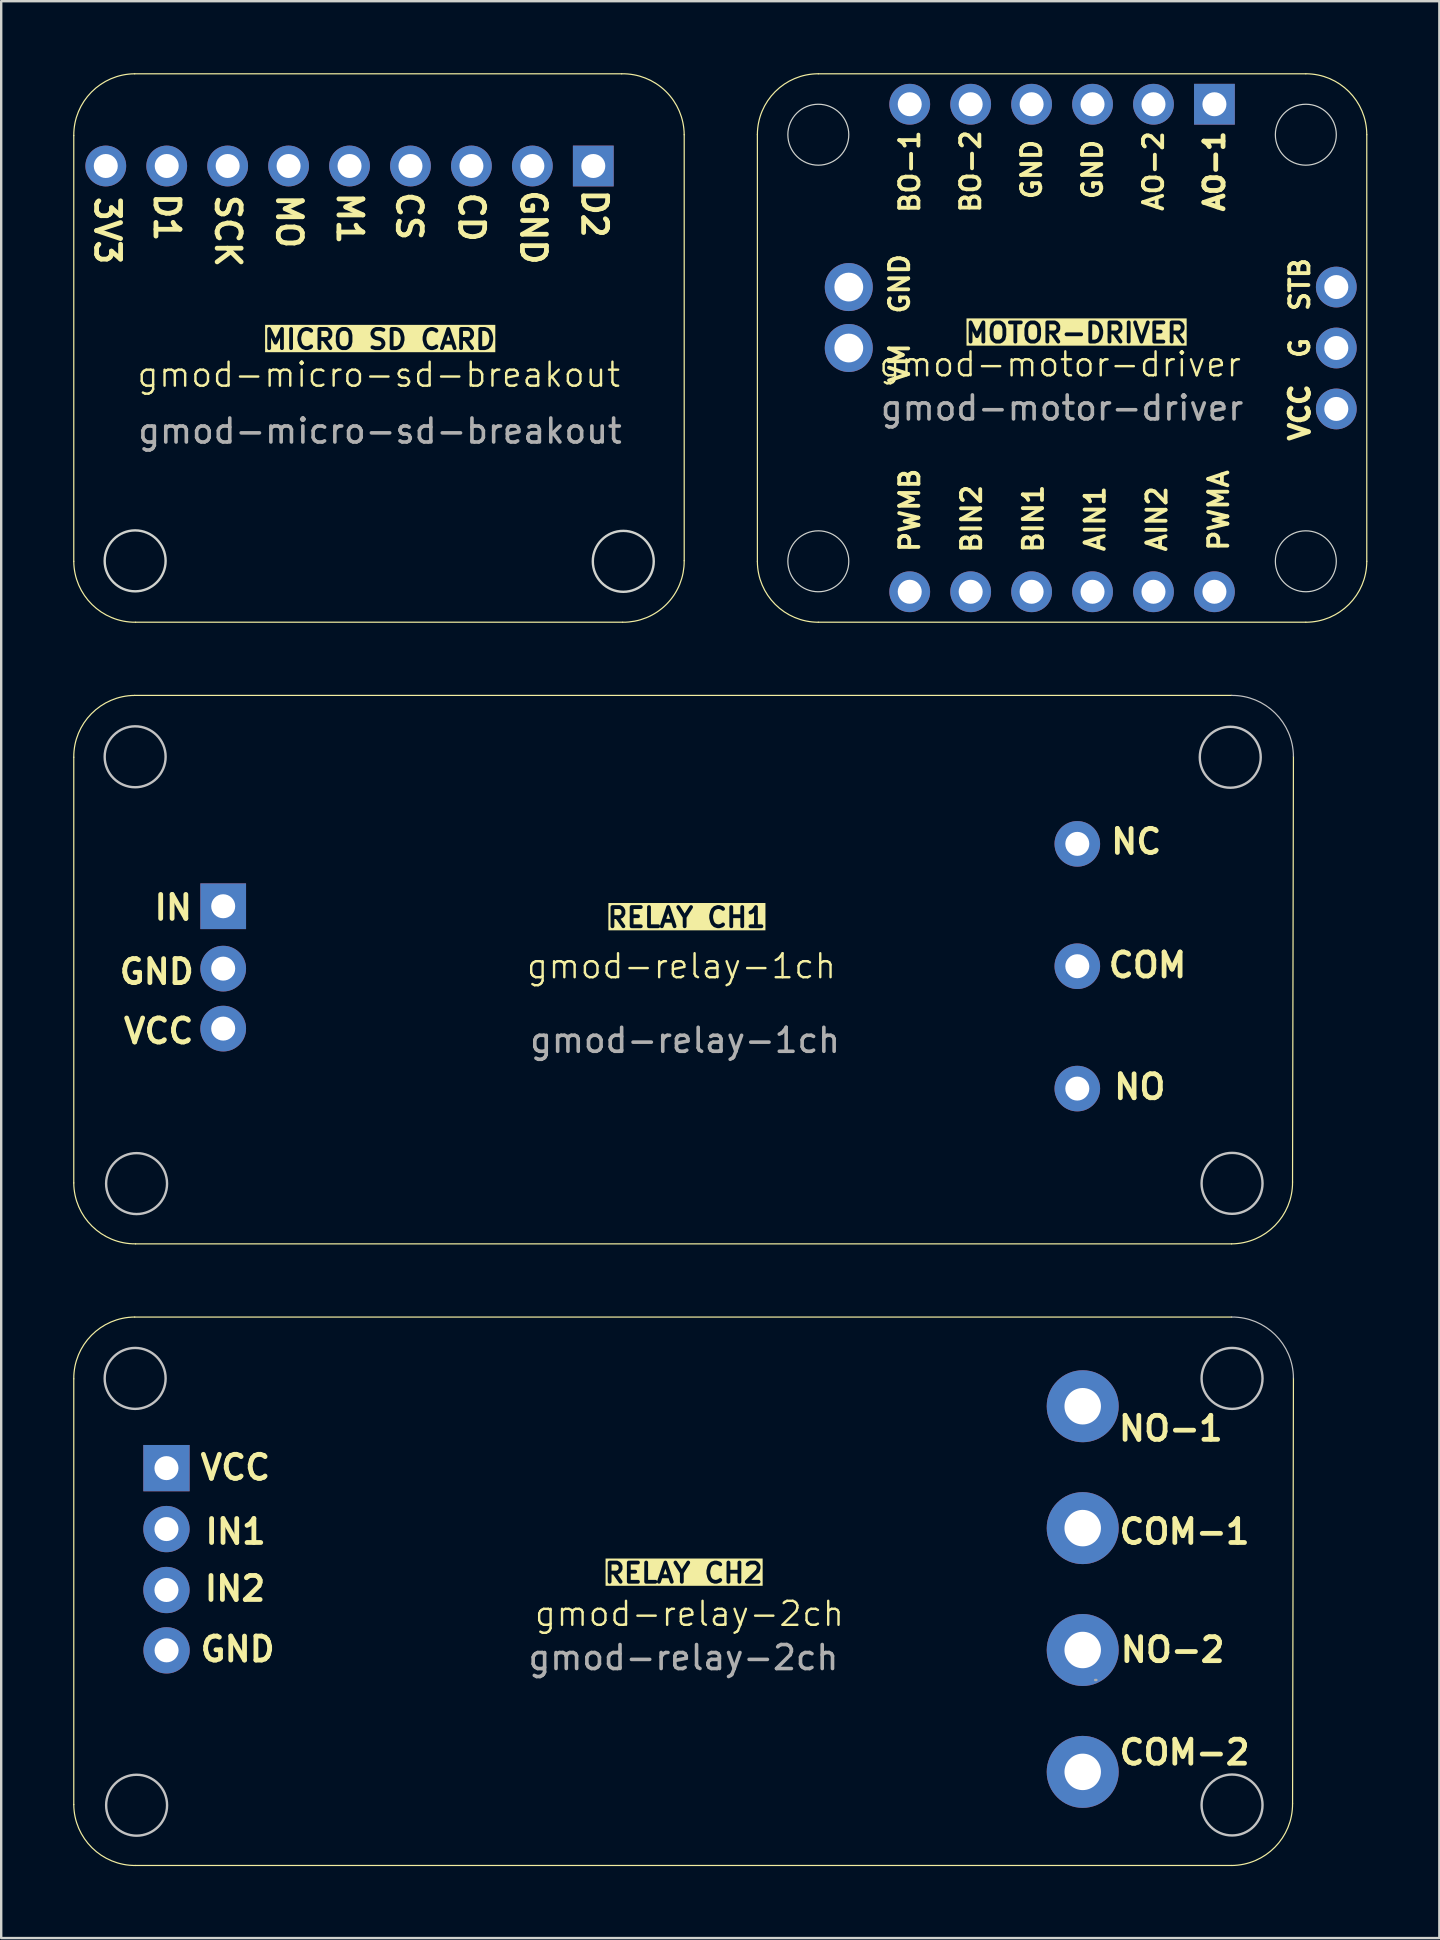
<source format=kicad_pcb>
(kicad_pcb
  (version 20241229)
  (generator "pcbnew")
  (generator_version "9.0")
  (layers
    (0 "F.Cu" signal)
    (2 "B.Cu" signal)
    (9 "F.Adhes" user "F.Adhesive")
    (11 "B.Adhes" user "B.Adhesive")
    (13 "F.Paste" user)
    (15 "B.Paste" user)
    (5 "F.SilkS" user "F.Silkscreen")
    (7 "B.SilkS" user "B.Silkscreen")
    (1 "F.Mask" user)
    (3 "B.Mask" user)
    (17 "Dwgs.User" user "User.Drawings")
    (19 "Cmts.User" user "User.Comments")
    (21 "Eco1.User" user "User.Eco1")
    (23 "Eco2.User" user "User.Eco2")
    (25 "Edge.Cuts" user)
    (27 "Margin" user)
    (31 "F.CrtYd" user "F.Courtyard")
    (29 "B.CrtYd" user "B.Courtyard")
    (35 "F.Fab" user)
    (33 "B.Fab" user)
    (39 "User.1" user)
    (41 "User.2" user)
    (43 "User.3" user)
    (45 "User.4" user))
  (footprint "gmod-relay-2ch"
    (layer "F.Cu")
    (at 25.425 63.275)
    (property "Reference" "gmod-relay-2ch" (at 0.26 0.94 0) (unlocked yes) (layer "F.SilkS") (effects (font (size 1 1) (thickness 0.1))))
    (attr smd)
    (fp_line (start -25.4 8.89) (end -25.4 -8.854) (stroke (width 0.05) (type solid)) (layer "F.SilkS"))
    (fp_line (start -22.86 -11.43) (end 22.86 -11.43) (stroke (width 0.05) (type solid)) (layer "F.SilkS"))
    (fp_line (start 22.86 11.43) (end -22.824 11.43) (stroke (width 0.05) (type solid)) (layer "F.SilkS"))
    (fp_line (start 25.436 -8.89) (end 25.4 8.854) (stroke (width 0.05) (type solid)) (layer "F.SilkS"))
    (fp_arc (start -25.39987 -8.853906) (mid -24.663477 -10.667902) (end -22.860129 -11.429999) (stroke (width 0.05) (type solid)) (layer "F.SilkS"))
    (fp_arc (start -22.824036 11.42974) (mid -24.638037 10.693352) (end -25.400129 8.889999) (stroke (width 0.05) (type solid)) (layer "F.SilkS"))
    (fp_arc (start 25.399603 8.853907) (mid 24.663228 10.667922) (end 22.859862 11.43) (stroke (width 0.05) (type solid)) (layer "F.SilkS"))
    (fp_arc (start 22.859862 -11.429998) (mid 24.673899 -10.69365) (end 25.435955 -8.890257) (stroke (width 0.05) (type default)) (layer "Dwgs.User"))
    (fp_circle (center -22.842 -8.872) (end -21.572 -8.872) (stroke (width 0.1) (type default)) (fill no) (layer "Dwgs.User"))
    (fp_circle (center -22.781 8.918) (end -21.511 8.918) (stroke (width 0.1) (type default)) (fill no) (layer "Dwgs.User"))
    (fp_circle (center 22.878 -8.872) (end 24.148 -8.872) (stroke (width 0.1) (type default)) (fill no) (layer "Dwgs.User"))
    (fp_circle (center 22.878 8.908) (end 24.148 8.908) (stroke (width 0.1) (type default)) (fill no) (layer "Dwgs.User"))
    (fp_line (start 17.223 3.698) (end 17.173 3.698) (stroke (width 0.1) (type solid)) (layer "F.Fab"))
    (fp_text user "VCC" (at -20.225 -4.575 0) (unlocked yes) (layer "F.SilkS") (effects (font (size 1 1) (thickness 0.2) (bold yes)) (justify left bottom)))
    (fp_text user "IN2" (at -20.05 0.475 0) (unlocked yes) (layer "F.SilkS") (effects (font (size 1 1) (thickness 0.2) (bold yes)) (justify left bottom)))
    (fp_text user "COM-2" (at 18.075 7.3 0) (unlocked yes) (layer "F.SilkS") (effects (font (size 1 1) (thickness 0.2) (bold yes)) (justify left bottom)))
    (fp_text user "GND" (at -20.225 3 0) (unlocked yes) (layer "F.SilkS") (effects (font (size 1 1) (thickness 0.2) (bold yes)) (justify left bottom)))
    (fp_text user "NO-2" (at 18.125 3.025 0) (unlocked yes) (layer "F.SilkS") (effects (font (size 1 1) (thickness 0.2) (bold yes)) (justify left bottom)))
    (fp_text user "RELAY CH2\n" (at 0.02 -0.29 0) (unlocked yes) (layer "F.SilkS" knockout) (effects (font (size 0.8 0.8) (thickness 0.16) (bold yes)) (justify bottom)))
    (fp_text user "IN1" (at -20.025 -1.9 0) (unlocked yes) (layer "F.SilkS") (effects (font (size 1 1) (thickness 0.2) (bold yes)) (justify left bottom)))
    (fp_text user "COM-1" (at 18.075 -1.9 0) (unlocked yes) (layer "F.SilkS") (effects (font (size 1 1) (thickness 0.2) (bold yes)) (justify left bottom)))
    (fp_text user "NO-1" (at 18.05 -6.2 0) (unlocked yes) (layer "F.SilkS") (effects (font (size 1 1) (thickness 0.2) (bold yes)) (justify left bottom)))
    (fp_text user "${REFERENCE}" (at 0.01 2.765 0) (unlocked yes) (layer "F.Fab") (effects (font (size 1 1) (thickness 0.15))))
    (pad "1" thru_hole rect (at -21.537 -5.132) (size 1.93 1.93) (drill 1) (layers "*.Cu" "*.Mask"))
    (pad "2" thru_hole circle (at -21.537 -2.592) (size 1.93 1.93) (drill 1) (layers "*.Cu" "*.Mask"))
    (pad "3" thru_hole circle (at -21.537 -0.052) (size 1.93 1.93) (drill 1) (layers "*.Cu" "*.Mask"))
    (pad "4" thru_hole circle (at -21.532 2.463) (size 1.93 1.93) (drill 1) (layers "*.Cu" "*.Mask"))
    (pad "5" thru_hole circle (at 16.653 7.528 270) (size 3 3) (drill 1.52) (layers "*.Cu" "*.Mask") (remove_unused_layers yes) (keep_end_layers yes) (zone_layer_connections))
    (pad "6" thru_hole circle (at 16.653 2.448 270) (size 3 3) (drill 1.52) (layers "*.Cu" "*.Mask") (remove_unused_layers yes) (keep_end_layers yes) (zone_layer_connections))
    (pad "7" thru_hole circle (at 16.653 -2.632 270) (size 3 3) (drill 1.52) (layers "*.Cu" "*.Mask") (remove_unused_layers yes) (keep_end_layers yes) (zone_layer_connections))
    (pad "8" thru_hole circle (at 16.653 -7.712 270) (size 3 3) (drill 1.52) (layers "*.Cu" "*.Mask") (remove_unused_layers yes) (keep_end_layers yes) (zone_layer_connections)))
  (footprint "gmod-motor-driver"
    (layer "F.Cu")
    (at 41.218 11.455)
    (property "Reference" "gmod-motor-driver" (at -0.08 0.68 0) (unlocked yes) (layer "F.SilkS") (effects (font (size 1 1) (thickness 0.1))))
    (attr smd)
    (fp_line (start -12.7 -8.89) (end -12.7 8.89) (stroke (width 0.05) (type solid)) (layer "F.SilkS"))
    (fp_line (start -10.16 -11.43) (end 10.16 -11.43) (stroke (width 0.05) (type solid)) (layer "F.SilkS"))
    (fp_line (start -10.16 11.43) (end 10.16 11.43) (stroke (width 0.05) (type solid)) (layer "F.SilkS"))
    (fp_line (start 12.7 8.89) (end 12.7 -8.89) (stroke (width 0.05) (type solid)) (layer "F.SilkS"))
    (fp_arc (start -12.7 -8.89) (mid -11.956051 -10.686051) (end -10.16 -11.43) (stroke (width 0.05) (type solid)) (layer "F.SilkS"))
    (fp_arc (start -10.16 11.43) (mid -11.956051 10.686051) (end -12.7 8.89) (stroke (width 0.05) (type solid)) (layer "F.SilkS"))
    (fp_arc (start 10.16 -11.43) (mid 11.956051 -10.686051) (end 12.7 -8.89) (stroke (width 0.05) (type solid)) (layer "F.SilkS"))
    (fp_arc (start 12.7 8.89) (mid 11.956051 10.686051) (end 10.16 11.43) (stroke (width 0.05) (type solid)) (layer "F.SilkS"))
    (fp_circle (center -10.16 -8.89) (end -10.16 -10.16) (stroke (width 0.05) (type default)) (fill no) (layer "Edge.Cuts"))
    (fp_circle (center -10.16 8.89) (end -10.16 7.62) (stroke (width 0.05) (type default)) (fill no) (layer "Edge.Cuts"))
    (fp_circle (center 10.16 -8.89) (end 10.16 -10.16) (stroke (width 0.05) (type default)) (fill no) (layer "Edge.Cuts"))
    (fp_circle (center 10.16 8.89) (end 10.16 7.62) (stroke (width 0.05) (type default)) (fill no) (layer "Edge.Cuts"))
    (fp_text user "AIN1" (at 1.377 7.116 90) (unlocked yes) (layer "F.SilkS") (effects (font (size 0.8 0.8) (thickness 0.16) (bold yes))))
    (fp_text user "AO-2" (at 3.81 -7.373 90) (unlocked yes) (layer "F.SilkS") (effects (font (size 0.8 0.8) (thickness 0.16) (bold yes))))
    (fp_text user "PWMB" (at -6.35 6.766 90) (unlocked yes) (layer "F.SilkS") (effects (font (size 0.8 0.8) (thickness 0.16) (bold yes))))
    (fp_text user "BO-1" (at -6.35 -7.351 90) (unlocked yes) (layer "F.SilkS") (effects (font (size 0.8 0.8) (thickness 0.16) (bold yes))))
    (fp_text user "AO-1" (at 6.35 -7.366 90) (unlocked yes) (layer "F.SilkS") (effects (font (size 0.8 0.8) (thickness 0.2) (bold yes))))
    (fp_text user "BO-2" (at -3.81 -7.358 90) (unlocked yes) (layer "F.SilkS") (effects (font (size 0.8 0.8) (thickness 0.16) (bold yes))))
    (fp_text user "BIN1" (at -1.199 7.112 90) (unlocked yes) (layer "F.SilkS") (effects (font (size 0.8 0.8) (thickness 0.16) (bold yes))))
    (fp_text user "G" (at 9.906 0 90) (unlocked yes) (layer "F.SilkS") (effects (font (size 0.8 0.8) (thickness 0.16) (bold yes))))
    (fp_text user "VCC" (at 9.906 2.689 90) (unlocked yes) (layer "F.SilkS") (effects (font (size 0.8 0.8) (thickness 0.2) (bold yes))))
    (fp_text user "STB" (at 9.906 -2.645 90) (unlocked yes) (layer "F.SilkS") (effects (font (size 0.8 0.8) (thickness 0.16) (bold yes))))
    (fp_text user "VM" (at -6.775 0.627 90) (unlocked yes) (layer "F.SilkS") (effects (font (size 0.8 0.8) (thickness 0.16) (bold yes))))
    (fp_text user "GND" (at 1.27 -7.441 90) (unlocked yes) (layer "F.SilkS") (effects (font (size 0.8 0.8) (thickness 0.16) (bold yes))))
    (fp_text user "MOTOR-DRIVER" (at -4.11 -0.16 0) (unlocked yes) (layer "F.SilkS" knockout) (effects (font (size 0.8 0.8) (thickness 0.16) (bold yes)) (justify left bottom)))
    (fp_text user "AIN2" (at 3.952 7.123 90) (unlocked yes) (layer "F.SilkS") (effects (font (size 0.8 0.8) (thickness 0.16) (bold yes))))
    (fp_text user "PWMA" (at 6.528 6.77 90) (unlocked yes) (layer "F.SilkS") (effects (font (size 0.8 0.8) (thickness 0.16) (bold yes))))
    (fp_text user "GND" (at -1.27 -7.441 90) (unlocked yes) (layer "F.SilkS") (effects (font (size 0.8 0.8) (thickness 0.16) (bold yes))))
    (fp_text user "BIN2" (at -3.774 7.119 90) (unlocked yes) (layer "F.SilkS") (effects (font (size 0.8 0.8) (thickness 0.16) (bold yes))))
    (fp_text user "GND" (at -6.775 -2.675 90) (unlocked yes) (layer "F.SilkS") (effects (font (size 0.8 0.8) (thickness 0.16) (bold yes))))
    (fp_text user "${REFERENCE}" (at 0 2.5 0) (unlocked yes) (layer "F.Fab") (effects (font (size 1 1) (thickness 0.15))))
    (pad "1" thru_hole rect (at 6.35 -10.16 270) (size 1.7 1.7) (drill 1) (layers "*.Cu" "*.Mask"))
    (pad "2" thru_hole circle (at 3.81 -10.16 270) (size 1.7 1.7) (drill 1) (layers "*.Cu" "*.Mask"))
    (pad "3" thru_hole circle (at 1.27 -10.16 270) (size 1.7 1.7) (drill 1) (layers "*.Cu" "*.Mask"))
    (pad "4" thru_hole circle (at -1.27 -10.16 270) (size 1.7 1.7) (drill 1) (layers "*.Cu" "*.Mask"))
    (pad "5" thru_hole circle (at -3.81 -10.16 270) (size 1.7 1.7) (drill 1) (layers "*.Cu" "*.Mask"))
    (pad "6" thru_hole circle (at -6.35 -10.16 270) (size 1.7 1.7) (drill 1) (layers "*.Cu" "*.Mask"))
    (pad "7" thru_hole circle (at -8.89 -2.54 270) (size 2 2) (drill 1.2) (layers "*.Cu" "*.Mask"))
    (pad "8" thru_hole circle (at -8.89 0 270) (size 2 2) (drill 1.2) (layers "*.Cu" "*.Mask"))
    (pad "9" thru_hole circle (at -6.35 10.16 270) (size 1.7 1.7) (drill 1) (layers "*.Cu" "*.Mask"))
    (pad "10" thru_hole circle (at -3.81 10.16 270) (size 1.7 1.7) (drill 1) (layers "*.Cu" "*.Mask"))
    (pad "11" thru_hole circle (at -1.27 10.16 270) (size 1.7 1.7) (drill 1) (layers "*.Cu" "*.Mask"))
    (pad "12" thru_hole circle (at 1.27 10.16 270) (size 1.7 1.7) (drill 1) (layers "*.Cu" "*.Mask"))
    (pad "13" thru_hole circle (at 3.81 10.16 270) (size 1.7 1.7) (drill 1) (layers "*.Cu" "*.Mask"))
    (pad "14" thru_hole circle (at 6.35 10.16 270) (size 1.7 1.7) (drill 1) (layers "*.Cu" "*.Mask"))
    (pad "15" thru_hole circle (at 11.43 2.54 180) (size 1.7 1.7) (drill 1) (layers "*.Cu" "*.Mask"))
    (pad "16" thru_hole circle (at 11.43 0 180) (size 1.7 1.7) (drill 1) (layers "*.Cu" "*.Mask"))
    (pad "17" thru_hole circle (at 11.43 -2.54 180) (size 1.7 1.7) (drill 1) (layers "*.Cu" "*.Mask")))
  (footprint "gmod-relay-1ch"
    (layer "F.Cu")
    (at 25.503 36.603)
    (property "Reference" "gmod-relay-1ch" (at -0.15 0.62 0) (unlocked yes) (layer "F.SilkS") (effects (font (size 1 1) (thickness 0.1))))
    (attr smd)
    (fp_line (start -25.478 9.652) (end -25.478 -8.092) (stroke (width 0.05) (type solid)) (layer "F.SilkS"))
    (fp_line (start -22.938 -10.668) (end 22.782 -10.668) (stroke (width 0.05) (type solid)) (layer "F.SilkS"))
    (fp_line (start 22.782 12.192) (end -22.902 12.192) (stroke (width 0.05) (type solid)) (layer "F.SilkS"))
    (fp_line (start 25.358 -8.128) (end 25.321 9.616) (stroke (width 0.05) (type solid)) (layer "F.SilkS"))
    (fp_arc (start -25.478097 -8.091825) (mid -24.741704 -9.905821) (end -22.938356 -10.667918) (stroke (width 0.05) (type solid)) (layer "F.SilkS"))
    (fp_arc (start -22.902263 12.191821) (mid -24.716264 11.455433) (end -25.478356 9.65208) (stroke (width 0.05) (type solid)) (layer "F.SilkS"))
    (fp_arc (start 25.321376 9.615988) (mid 24.585001 11.430003) (end 22.781635 12.192081) (stroke (width 0.05) (type solid)) (layer "F.SilkS"))
    (fp_arc (start 22.781635 -10.667917) (mid 24.595672 -9.931569) (end 25.357728 -8.128176) (stroke (width 0.05) (type default)) (layer "Dwgs.User"))
    (fp_circle (center -22.92 -8.11) (end -21.65 -8.11) (stroke (width 0.1) (type default)) (fill no) (layer "Dwgs.User"))
    (fp_circle (center -22.86 9.68) (end -21.59 9.68) (stroke (width 0.1) (type default)) (fill no) (layer "Dwgs.User"))
    (fp_circle (center 22.725 -8.09) (end 23.995 -8.09) (stroke (width 0.1) (type default)) (fill no) (layer "Dwgs.User"))
    (fp_circle (center 22.8 9.67) (end 24.07 9.67) (stroke (width 0.1) (type default)) (fill no) (layer "Dwgs.User"))
    (fp_text user "COM" (at 17.55 1.16 0) (unlocked yes) (layer "F.SilkS") (effects (font (size 1 1) (thickness 0.2) (bold yes)) (justify left bottom)))
    (fp_text user "RELAY CH1" (at 0.06 -0.94 0) (unlocked yes) (layer "F.SilkS" knockout) (effects (font (size 0.8 0.8) (thickness 0.16) (bold yes)) (justify bottom)))
    (fp_text user "GND" (at -23.675 1.435 0) (unlocked yes) (layer "F.SilkS") (effects (font (size 1 1) (thickness 0.2) (bold yes)) (justify left bottom)))
    (fp_text user "NC" (at 17.65 -3.99 0) (unlocked yes) (layer "F.SilkS") (effects (font (size 1 1) (thickness 0.2) (bold yes)) (justify left bottom)))
    (fp_text user "VCC" (at -23.5 3.91 0) (unlocked yes) (layer "F.SilkS") (effects (font (size 1 1) (thickness 0.2) (bold yes)) (justify left bottom)))
    (fp_text user "NO" (at 17.775 6.235 0) (unlocked yes) (layer "F.SilkS") (effects (font (size 1 1) (thickness 0.2) (bold yes)) (justify left bottom)))
    (fp_text user "IN" (at -22.225 -1.24 0) (unlocked yes) (layer "F.SilkS") (effects (font (size 1 1) (thickness 0.2) (bold yes)) (justify left bottom)))
    (fp_text user "${REFERENCE}" (at 0 3.71 0) (unlocked yes) (layer "F.Fab") (effects (font (size 1 1) (thickness 0.15))))
    (pad "1" thru_hole rect (at -19.25 -1.88) (size 1.905 1.905) (drill 1) (layers "*.Cu" "*.Mask"))
    (pad "2" thru_hole circle (at -19.25 0.72) (size 1.905 1.905) (drill 1) (layers "*.Cu" "*.Mask"))
    (pad "3" thru_hole circle (at -19.25 3.22) (size 1.905 1.905) (drill 1) (layers "*.Cu" "*.Mask"))
    (pad "4" thru_hole circle (at 16.35 5.72) (size 1.9 1.9) (drill 1) (layers "*.Cu" "*.Mask"))
    (pad "5" thru_hole circle (at 16.35 0.62) (size 1.9 1.9) (drill 1) (layers "*.Cu" "*.Mask"))
    (pad "6" thru_hole circle (at 16.35 -4.48) (size 1.9 1.9) (drill 1) (layers "*.Cu" "*.Mask")))
  (footprint "gmod-micro-sd-breakout"
    (layer "F.Cu")
    (at 12.734 11.457)
    (property "Reference" "gmod-micro-sd-breakout" (at 0.004 1.11 0) (unlocked yes) (layer "F.SilkS") (effects (font (size 1 1) (thickness 0.1))))
    (attr smd)
    (fp_line (start -12.709 8.889) (end -12.709 -8.855) (stroke (width 0.05) (type solid)) (layer "F.SilkS"))
    (fp_line (start -10.169 -11.431) (end 10.129 -11.431) (stroke (width 0.05) (type solid)) (layer "F.SilkS"))
    (fp_line (start 10.169 11.428) (end -10.133 11.428) (stroke (width 0.05) (type solid)) (layer "F.SilkS"))
    (fp_line (start 12.734 8.864) (end 12.734 -8.892) (stroke (width 0.05) (type solid)) (layer "F.SilkS"))
    (fp_arc (start -12.708868 -8.855208) (mid -11.972461 -10.669191) (end -10.169127 -11.431301) (stroke (width 0.05) (type solid)) (layer "F.SilkS"))
    (fp_arc (start -10.133034 11.428438) (mid -11.947035 10.69205) (end -12.709127 8.888697) (stroke (width 0.05) (type solid)) (layer "F.SilkS"))
    (fp_arc (start 10.129225 -11.431301) (mid 11.961511 -10.705008) (end 12.733641 -8.89156) (stroke (width 0.05) (type solid)) (layer "F.SilkS"))
    (fp_arc (start 12.733641 8.864022) (mid 11.990225 10.685022) (end 10.169225 11.428438) (stroke (width 0.05) (type solid)) (layer "F.SilkS"))
    (fp_circle (center -10.151 8.87) (end -8.881 8.87) (stroke (width 0.1) (type solid)) (fill no) (layer "Edge.Cuts"))
    (fp_circle (center 10.195 8.89) (end 11.465 8.89) (stroke (width 0.1) (type solid)) (fill no) (layer "Edge.Cuts"))
    (fp_text user "SCK" (at -6.866 -6.485 270) (unlocked yes) (layer "F.SilkS") (effects (font (size 1 1) (thickness 0.2) (bold yes)) (justify left bottom)))
    (fp_text user "D2" (at 8.409 -6.71 270) (unlocked yes) (layer "F.SilkS") (effects (font (size 1 1) (thickness 0.2) (bold yes)) (justify left bottom)))
    (fp_text user "CD" (at 3.284 -6.585 270) (unlocked yes) (layer "F.SilkS") (effects (font (size 1 1) (thickness 0.2) (bold yes)) (justify left bottom)))
    (fp_text user "M1" (at -1.791 -6.585 270) (unlocked yes) (layer "F.SilkS") (effects (font (size 1 1) (thickness 0.2) (bold yes)) (justify left bottom)))
    (fp_text user "CS" (at 0.684 -6.61 270) (unlocked yes) (layer "F.SilkS") (effects (font (size 1 1) (thickness 0.2) (bold yes)) (justify left bottom)))
    (fp_text user "MO" (at -4.316 -6.51 270) (unlocked yes) (layer "F.SilkS") (effects (font (size 1 1) (thickness 0.2) (bold yes)) (justify left bottom)))
    (fp_text user "D1" (at -9.416 -6.56 270) (unlocked yes) (layer "F.SilkS") (effects (font (size 1 1) (thickness 0.2) (bold yes)) (justify left bottom)))
    (fp_text user "GND" (at 5.859 -6.685 270) (unlocked yes) (layer "F.SilkS") (effects (font (size 1 1) (thickness 0.2) (bold yes)) (justify left bottom)))
    (fp_text user "MICRO SD CARD\n" (at 0.044 0.11 0) (unlocked yes) (layer "F.SilkS" knockout) (effects (font (size 0.8 0.8) (thickness 0.16) (bold yes)) (justify bottom)))
    (fp_text user "3V3" (at -11.891 -6.41 270) (unlocked yes) (layer "F.SilkS") (effects (font (size 1 1) (thickness 0.2) (bold yes)) (justify left bottom)))
    (fp_text user "${REFERENCE}" (at 0.054 3.46 0) (unlocked yes) (layer "F.Fab") (effects (font (size 1 1) (thickness 0.15))))
    (pad "1" thru_hole rect (at 8.945 -7.588 90) (size 1.7 1.7) (drill 1) (layers "*.Cu" "*.Mask"))
    (pad "2" thru_hole oval (at 6.405 -7.588 90) (size 1.7 1.7) (drill 1) (layers "*.Cu" "*.Mask"))
    (pad "3" thru_hole oval (at 3.865 -7.588 90) (size 1.7 1.7) (drill 1) (layers "*.Cu" "*.Mask"))
    (pad "4" thru_hole oval (at 1.325 -7.588 90) (size 1.7 1.7) (drill 1) (layers "*.Cu" "*.Mask"))
    (pad "5" thru_hole oval (at -1.215 -7.588 90) (size 1.7 1.7) (drill 1) (layers "*.Cu" "*.Mask"))
    (pad "6" thru_hole oval (at -3.755 -7.588 90) (size 1.7 1.7) (drill 1) (layers "*.Cu" "*.Mask"))
    (pad "7" thru_hole oval (at -6.295 -7.588 90) (size 1.7 1.7) (drill 1) (layers "*.Cu" "*.Mask"))
    (pad "8" thru_hole oval (at -8.835 -7.588 90) (size 1.7 1.7) (drill 1) (layers "*.Cu" "*.Mask"))
    (pad "9" thru_hole circle (at -11.375 -7.588 90) (size 1.7 1.7) (drill 1) (layers "*.Cu" "*.Mask")))
  (gr_rect
    (start -3 -3)
    (end 56.943 77.73)
    (stroke (width 0.1) (type default))
    (fill no)
    (layer "Edge.Cuts")))
</source>
